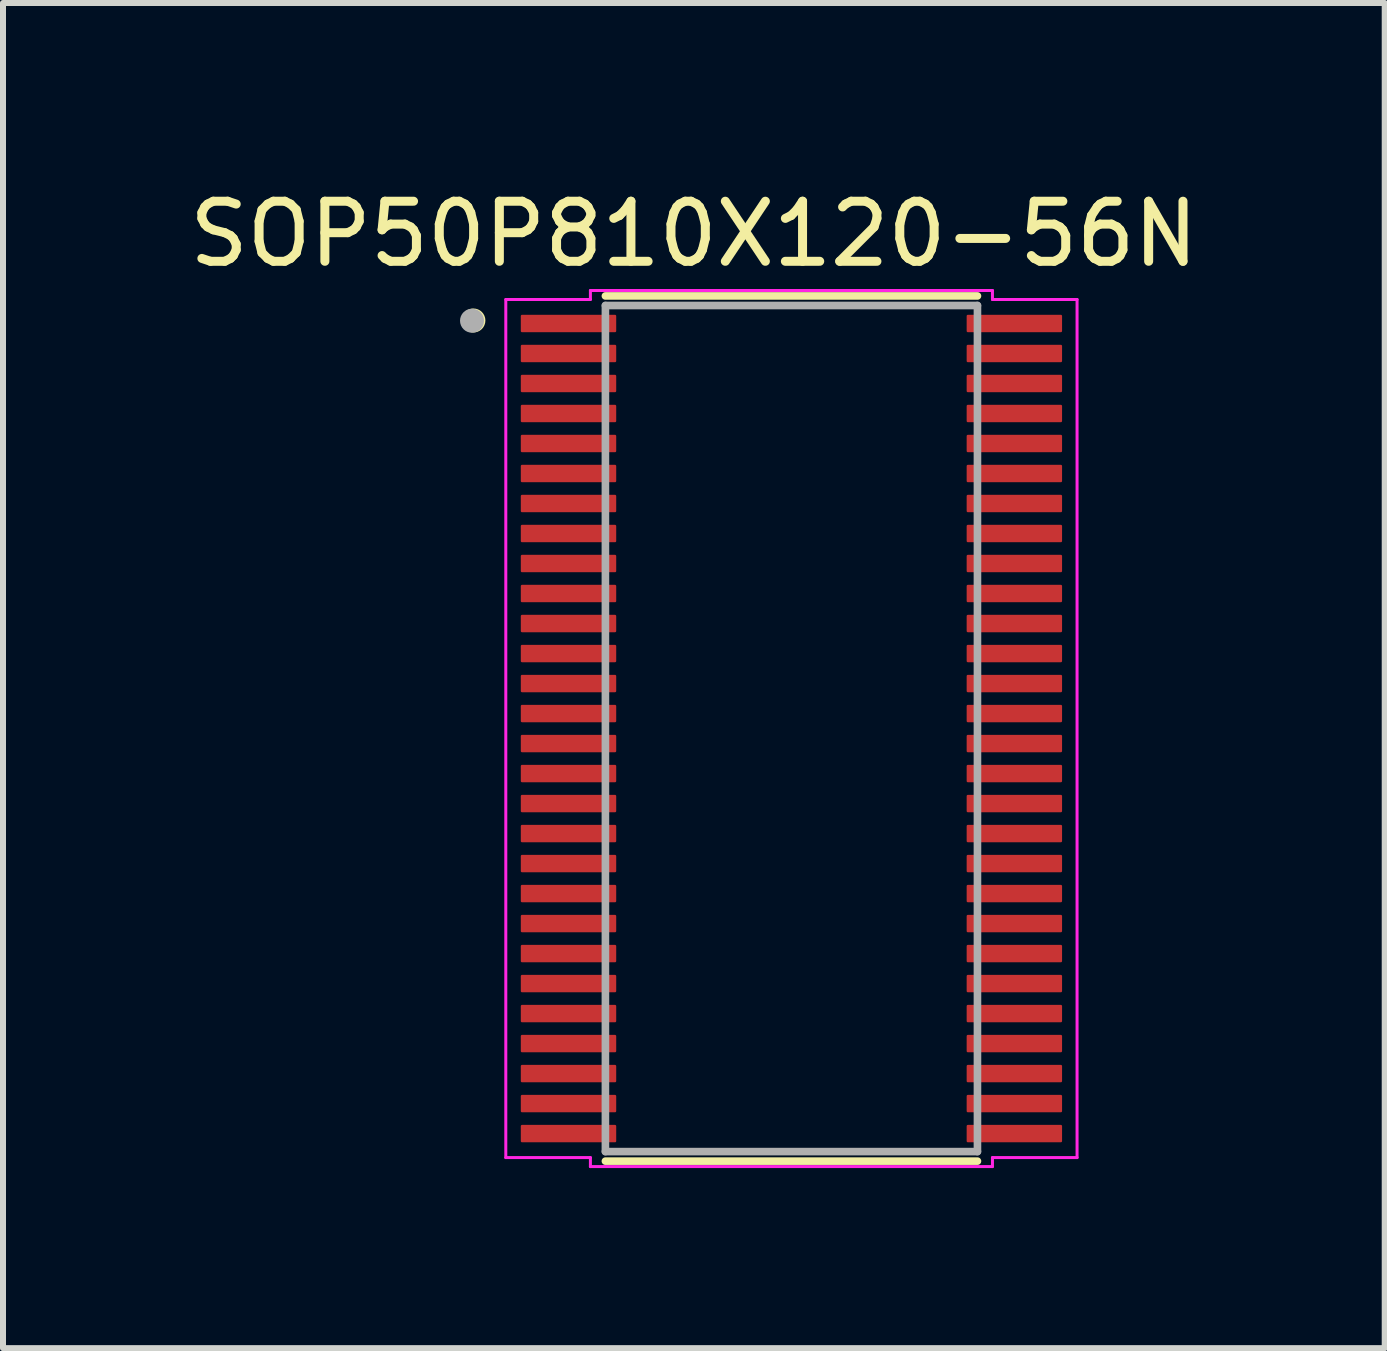
<source format=kicad_pcb>
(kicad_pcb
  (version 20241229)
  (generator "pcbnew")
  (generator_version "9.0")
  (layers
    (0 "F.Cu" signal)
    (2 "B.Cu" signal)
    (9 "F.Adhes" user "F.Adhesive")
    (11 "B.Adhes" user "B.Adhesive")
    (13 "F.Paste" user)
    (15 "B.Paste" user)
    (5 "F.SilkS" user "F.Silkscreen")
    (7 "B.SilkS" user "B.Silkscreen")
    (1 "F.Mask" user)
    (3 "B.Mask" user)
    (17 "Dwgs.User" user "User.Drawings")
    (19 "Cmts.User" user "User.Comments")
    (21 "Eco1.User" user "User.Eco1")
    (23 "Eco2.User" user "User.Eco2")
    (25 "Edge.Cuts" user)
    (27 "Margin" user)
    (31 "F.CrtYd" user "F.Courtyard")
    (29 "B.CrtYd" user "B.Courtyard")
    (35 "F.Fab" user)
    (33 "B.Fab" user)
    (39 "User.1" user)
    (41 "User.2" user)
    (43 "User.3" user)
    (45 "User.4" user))
  (footprint "SOP50P810X120-56N"
    (layer "F.Cu")
    (at 10.139 9.091)
    (property "Reference" "SOP50P810X120-56N" (at -1.626 -8.242 0) (layer "F.SilkS") (effects (font (size 1.001 1.001) (thickness 0.15))))
    (attr through_hole)
    (fp_line (start -3.1 -7.209) (end 3.1 -7.209) (stroke (width 0.127) (type solid)) (layer "F.SilkS"))
    (fp_line (start -3.1 7.209) (end 3.1 7.209) (stroke (width 0.127) (type solid)) (layer "F.SilkS"))
    (fp_circle (center -5.3 -6.8) (end -5.2 -6.8) (stroke (width 0.2) (type solid)) (fill no) (layer "F.SilkS"))
    (fp_line (start -4.76 -7.15) (end -3.35 -7.15) (stroke (width 0.05) (type solid)) (layer "F.CrtYd"))
    (fp_line (start -4.76 7.15) (end -4.76 -7.15) (stroke (width 0.05) (type solid)) (layer "F.CrtYd"))
    (fp_line (start -3.35 -7.3) (end 3.35 -7.3) (stroke (width 0.05) (type solid)) (layer "F.CrtYd"))
    (fp_line (start -3.35 -7.15) (end -3.35 -7.3) (stroke (width 0.05) (type solid)) (layer "F.CrtYd"))
    (fp_line (start -3.35 7.15) (end -4.76 7.15) (stroke (width 0.05) (type solid)) (layer "F.CrtYd"))
    (fp_line (start -3.35 7.3) (end -3.35 7.15) (stroke (width 0.05) (type solid)) (layer "F.CrtYd"))
    (fp_line (start 3.35 -7.3) (end 3.35 -7.15) (stroke (width 0.05) (type solid)) (layer "F.CrtYd"))
    (fp_line (start 3.35 -7.15) (end 4.76 -7.15) (stroke (width 0.05) (type solid)) (layer "F.CrtYd"))
    (fp_line (start 3.35 7.15) (end 3.35 7.3) (stroke (width 0.05) (type solid)) (layer "F.CrtYd"))
    (fp_line (start 3.35 7.3) (end -3.35 7.3) (stroke (width 0.05) (type solid)) (layer "F.CrtYd"))
    (fp_line (start 4.76 -7.15) (end 4.76 7.15) (stroke (width 0.05) (type solid)) (layer "F.CrtYd"))
    (fp_line (start 4.76 7.15) (end 3.35 7.15) (stroke (width 0.05) (type solid)) (layer "F.CrtYd"))
    (fp_line (start -3.1 -7.05) (end 3.1 -7.05) (stroke (width 0.127) (type solid)) (layer "F.Fab"))
    (fp_line (start -3.1 7.05) (end -3.1 -7.05) (stroke (width 0.127) (type solid)) (layer "F.Fab"))
    (fp_line (start 3.1 -7.05) (end 3.1 7.05) (stroke (width 0.127) (type solid)) (layer "F.Fab"))
    (fp_line (start 3.1 7.05) (end -3.1 7.05) (stroke (width 0.127) (type solid)) (layer "F.Fab"))
    (fp_circle (center -5.323 -6.796) (end -5.223 -6.796) (stroke (width 0.2) (type solid)) (fill no) (layer "F.Fab"))
    (pad "1" smd roundrect (at -3.715 -6.75) (size 1.59 0.29) (layers "F.Cu" "F.Mask" "F.Paste") (roundrect_rratio 0.07))
    (pad "2" smd roundrect (at -3.715 -6.25) (size 1.59 0.29) (layers "F.Cu" "F.Mask" "F.Paste") (roundrect_rratio 0.07))
    (pad "3" smd roundrect (at -3.715 -5.75) (size 1.59 0.29) (layers "F.Cu" "F.Mask" "F.Paste") (roundrect_rratio 0.07))
    (pad "4" smd roundrect (at -3.715 -5.25) (size 1.59 0.29) (layers "F.Cu" "F.Mask" "F.Paste") (roundrect_rratio 0.07))
    (pad "5" smd roundrect (at -3.715 -4.75) (size 1.59 0.29) (layers "F.Cu" "F.Mask" "F.Paste") (roundrect_rratio 0.07))
    (pad "6" smd roundrect (at -3.715 -4.25) (size 1.59 0.29) (layers "F.Cu" "F.Mask" "F.Paste") (roundrect_rratio 0.07))
    (pad "7" smd roundrect (at -3.715 -3.75) (size 1.59 0.29) (layers "F.Cu" "F.Mask" "F.Paste") (roundrect_rratio 0.07))
    (pad "8" smd roundrect (at -3.715 -3.25) (size 1.59 0.29) (layers "F.Cu" "F.Mask" "F.Paste") (roundrect_rratio 0.07))
    (pad "9" smd roundrect (at -3.715 -2.75) (size 1.59 0.29) (layers "F.Cu" "F.Mask" "F.Paste") (roundrect_rratio 0.07))
    (pad "10" smd roundrect (at -3.715 -2.25) (size 1.59 0.29) (layers "F.Cu" "F.Mask" "F.Paste") (roundrect_rratio 0.07))
    (pad "11" smd roundrect (at -3.715 -1.75) (size 1.59 0.29) (layers "F.Cu" "F.Mask" "F.Paste") (roundrect_rratio 0.07))
    (pad "12" smd roundrect (at -3.715 -1.25) (size 1.59 0.29) (layers "F.Cu" "F.Mask" "F.Paste") (roundrect_rratio 0.07))
    (pad "13" smd roundrect (at -3.715 -0.75) (size 1.59 0.29) (layers "F.Cu" "F.Mask" "F.Paste") (roundrect_rratio 0.07))
    (pad "14" smd roundrect (at -3.715 -0.25) (size 1.59 0.29) (layers "F.Cu" "F.Mask" "F.Paste") (roundrect_rratio 0.07))
    (pad "15" smd roundrect (at -3.715 0.25) (size 1.59 0.29) (layers "F.Cu" "F.Mask" "F.Paste") (roundrect_rratio 0.07))
    (pad "16" smd roundrect (at -3.715 0.75) (size 1.59 0.29) (layers "F.Cu" "F.Mask" "F.Paste") (roundrect_rratio 0.07))
    (pad "17" smd roundrect (at -3.715 1.25) (size 1.59 0.29) (layers "F.Cu" "F.Mask" "F.Paste") (roundrect_rratio 0.07))
    (pad "18" smd roundrect (at -3.715 1.75) (size 1.59 0.29) (layers "F.Cu" "F.Mask" "F.Paste") (roundrect_rratio 0.07))
    (pad "19" smd roundrect (at -3.715 2.25) (size 1.59 0.29) (layers "F.Cu" "F.Mask" "F.Paste") (roundrect_rratio 0.07))
    (pad "20" smd roundrect (at -3.715 2.75) (size 1.59 0.29) (layers "F.Cu" "F.Mask" "F.Paste") (roundrect_rratio 0.07))
    (pad "21" smd roundrect (at -3.715 3.25) (size 1.59 0.29) (layers "F.Cu" "F.Mask" "F.Paste") (roundrect_rratio 0.07))
    (pad "22" smd roundrect (at -3.715 3.75) (size 1.59 0.29) (layers "F.Cu" "F.Mask" "F.Paste") (roundrect_rratio 0.07))
    (pad "23" smd roundrect (at -3.715 4.25) (size 1.59 0.29) (layers "F.Cu" "F.Mask" "F.Paste") (roundrect_rratio 0.07))
    (pad "24" smd roundrect (at -3.715 4.75) (size 1.59 0.29) (layers "F.Cu" "F.Mask" "F.Paste") (roundrect_rratio 0.07))
    (pad "25" smd roundrect (at -3.715 5.25) (size 1.59 0.29) (layers "F.Cu" "F.Mask" "F.Paste") (roundrect_rratio 0.07))
    (pad "26" smd roundrect (at -3.715 5.75) (size 1.59 0.29) (layers "F.Cu" "F.Mask" "F.Paste") (roundrect_rratio 0.07))
    (pad "27" smd roundrect (at -3.715 6.25) (size 1.59 0.29) (layers "F.Cu" "F.Mask" "F.Paste") (roundrect_rratio 0.07))
    (pad "28" smd roundrect (at -3.715 6.75) (size 1.59 0.29) (layers "F.Cu" "F.Mask" "F.Paste") (roundrect_rratio 0.07))
    (pad "29" smd roundrect (at 3.715 6.75 180) (size 1.59 0.29) (layers "F.Cu" "F.Mask" "F.Paste") (roundrect_rratio 0.07))
    (pad "30" smd roundrect (at 3.715 6.25 180) (size 1.59 0.29) (layers "F.Cu" "F.Mask" "F.Paste") (roundrect_rratio 0.07))
    (pad "31" smd roundrect (at 3.715 5.75 180) (size 1.59 0.29) (layers "F.Cu" "F.Mask" "F.Paste") (roundrect_rratio 0.07))
    (pad "32" smd roundrect (at 3.715 5.25 180) (size 1.59 0.29) (layers "F.Cu" "F.Mask" "F.Paste") (roundrect_rratio 0.07))
    (pad "33" smd roundrect (at 3.715 4.75 180) (size 1.59 0.29) (layers "F.Cu" "F.Mask" "F.Paste") (roundrect_rratio 0.07))
    (pad "34" smd roundrect (at 3.715 4.25 180) (size 1.59 0.29) (layers "F.Cu" "F.Mask" "F.Paste") (roundrect_rratio 0.07))
    (pad "35" smd roundrect (at 3.715 3.75 180) (size 1.59 0.29) (layers "F.Cu" "F.Mask" "F.Paste") (roundrect_rratio 0.07))
    (pad "36" smd roundrect (at 3.715 3.25 180) (size 1.59 0.29) (layers "F.Cu" "F.Mask" "F.Paste") (roundrect_rratio 0.07))
    (pad "37" smd roundrect (at 3.715 2.75 180) (size 1.59 0.29) (layers "F.Cu" "F.Mask" "F.Paste") (roundrect_rratio 0.07))
    (pad "38" smd roundrect (at 3.715 2.25 180) (size 1.59 0.29) (layers "F.Cu" "F.Mask" "F.Paste") (roundrect_rratio 0.07))
    (pad "39" smd roundrect (at 3.715 1.75 180) (size 1.59 0.29) (layers "F.Cu" "F.Mask" "F.Paste") (roundrect_rratio 0.07))
    (pad "40" smd roundrect (at 3.715 1.25 180) (size 1.59 0.29) (layers "F.Cu" "F.Mask" "F.Paste") (roundrect_rratio 0.07))
    (pad "41" smd roundrect (at 3.715 0.75 180) (size 1.59 0.29) (layers "F.Cu" "F.Mask" "F.Paste") (roundrect_rratio 0.07))
    (pad "42" smd roundrect (at 3.715 0.25 180) (size 1.59 0.29) (layers "F.Cu" "F.Mask" "F.Paste") (roundrect_rratio 0.07))
    (pad "43" smd roundrect (at 3.715 -0.25 180) (size 1.59 0.29) (layers "F.Cu" "F.Mask" "F.Paste") (roundrect_rratio 0.07))
    (pad "44" smd roundrect (at 3.715 -0.75 180) (size 1.59 0.29) (layers "F.Cu" "F.Mask" "F.Paste") (roundrect_rratio 0.07))
    (pad "45" smd roundrect (at 3.715 -1.25 180) (size 1.59 0.29) (layers "F.Cu" "F.Mask" "F.Paste") (roundrect_rratio 0.07))
    (pad "46" smd roundrect (at 3.715 -1.75 180) (size 1.59 0.29) (layers "F.Cu" "F.Mask" "F.Paste") (roundrect_rratio 0.07))
    (pad "47" smd roundrect (at 3.715 -2.25 180) (size 1.59 0.29) (layers "F.Cu" "F.Mask" "F.Paste") (roundrect_rratio 0.07))
    (pad "48" smd roundrect (at 3.715 -2.75 180) (size 1.59 0.29) (layers "F.Cu" "F.Mask" "F.Paste") (roundrect_rratio 0.07))
    (pad "49" smd roundrect (at 3.715 -3.25 180) (size 1.59 0.29) (layers "F.Cu" "F.Mask" "F.Paste") (roundrect_rratio 0.07))
    (pad "50" smd roundrect (at 3.715 -3.75 180) (size 1.59 0.29) (layers "F.Cu" "F.Mask" "F.Paste") (roundrect_rratio 0.07))
    (pad "51" smd roundrect (at 3.715 -4.25 180) (size 1.59 0.29) (layers "F.Cu" "F.Mask" "F.Paste") (roundrect_rratio 0.07))
    (pad "52" smd roundrect (at 3.715 -4.75 180) (size 1.59 0.29) (layers "F.Cu" "F.Mask" "F.Paste") (roundrect_rratio 0.07))
    (pad "53" smd roundrect (at 3.715 -5.25 180) (size 1.59 0.29) (layers "F.Cu" "F.Mask" "F.Paste") (roundrect_rratio 0.07))
    (pad "54" smd roundrect (at 3.715 -5.75 180) (size 1.59 0.29) (layers "F.Cu" "F.Mask" "F.Paste") (roundrect_rratio 0.07))
    (pad "55" smd roundrect (at 3.715 -6.25 180) (size 1.59 0.29) (layers "F.Cu" "F.Mask" "F.Paste") (roundrect_rratio 0.07))
    (pad "56" smd roundrect (at 3.715 -6.75 180) (size 1.59 0.29) (layers "F.Cu" "F.Mask" "F.Paste") (roundrect_rratio 0.07)))
  (gr_rect
    (start -3 -3)
    (end 20.026 19.416)
    (stroke (width 0.1) (type default))
    (fill no)
    (layer "Edge.Cuts")))
</source>
